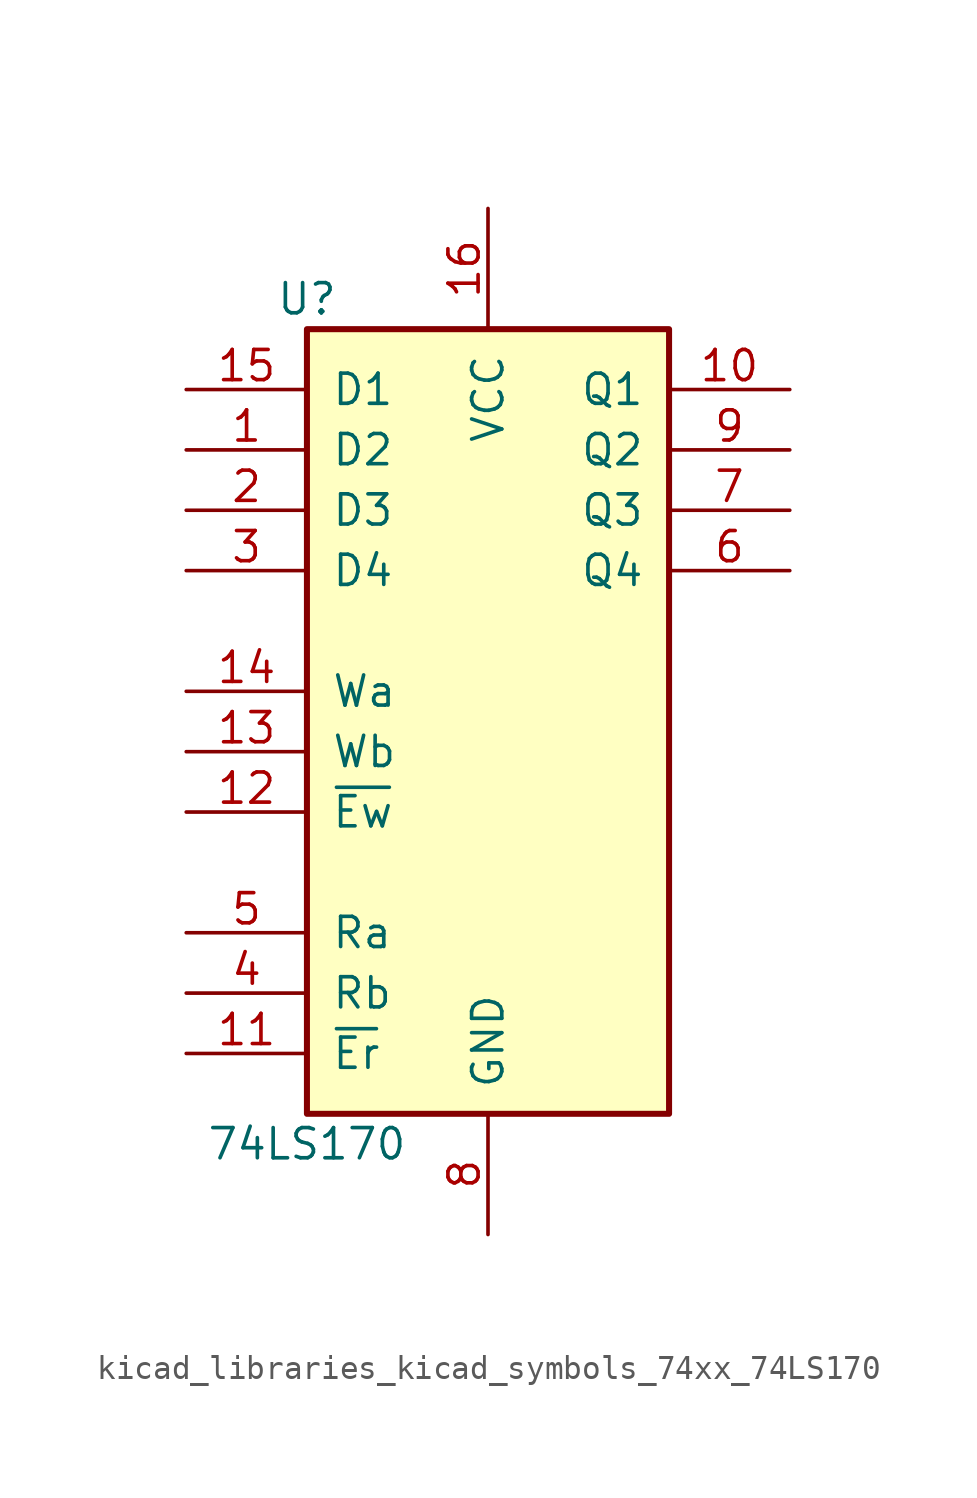
<source format=kicad_sym>
(kicad_symbol_lib
  (version 20220914)
  (generator kicad_symbol_editor)
  (symbol "kicad_libraries_kicad_symbols_74xx_74LS170"
    (pin_names
      (offset 1.016))
    (property "Reference" "U"
      (at -7.62 16.51 0)
      (effects (font (size 1.27 1.27))))
    (property "Value" "74LS170"
      (at -7.62 -19.05 0)
      (effects (font (size 1.27 1.27))))
    (property "ki_locked" ""
      (at 0 0 0)
      (effects (font (size 1.27 1.27))))
    (symbol "kicad_libraries_kicad_symbols_74xx_74LS170_1_0"
      (pin input line (at -12.7 10.16 0) (length 5.08) (name "D2" (effects (font (size 1.27 1.27)))) (number "1" (effects (font (size 1.27 1.27)))))
      (pin tri_state line (at 12.7 12.7 180) (length 5.08) (name "Q1" (effects (font (size 1.27 1.27)))) (number "10" (effects (font (size 1.27 1.27)))))
      (pin input line (at -12.7 -15.24 0) (length 5.08) (name "~{Er}" (effects (font (size 1.27 1.27)))) (number "11" (effects (font (size 1.27 1.27)))))
      (pin input line (at -12.7 -5.08 0) (length 5.08) (name "~{Ew}" (effects (font (size 1.27 1.27)))) (number "12" (effects (font (size 1.27 1.27)))))
      (pin input line (at -12.7 -2.54 0) (length 5.08) (name "Wb" (effects (font (size 1.27 1.27)))) (number "13" (effects (font (size 1.27 1.27)))))
      (pin input line (at -12.7 0 0) (length 5.08) (name "Wa" (effects (font (size 1.27 1.27)))) (number "14" (effects (font (size 1.27 1.27)))))
      (pin input line (at -12.7 12.7 0) (length 5.08) (name "D1" (effects (font (size 1.27 1.27)))) (number "15" (effects (font (size 1.27 1.27)))))
      (pin power_in line (at 0 20.32 270) (length 5.08) (name "VCC" (effects (font (size 1.27 1.27)))) (number "16" (effects (font (size 1.27 1.27)))))
      (pin input line (at -12.7 7.62 0) (length 5.08) (name "D3" (effects (font (size 1.27 1.27)))) (number "2" (effects (font (size 1.27 1.27)))))
      (pin input line (at -12.7 5.08 0) (length 5.08) (name "D4" (effects (font (size 1.27 1.27)))) (number "3" (effects (font (size 1.27 1.27)))))
      (pin input line (at -12.7 -12.7 0) (length 5.08) (name "Rb" (effects (font (size 1.27 1.27)))) (number "4" (effects (font (size 1.27 1.27)))))
      (pin input line (at -12.7 -10.16 0) (length 5.08) (name "Ra" (effects (font (size 1.27 1.27)))) (number "5" (effects (font (size 1.27 1.27)))))
      (pin tri_state line (at 12.7 5.08 180) (length 5.08) (name "Q4" (effects (font (size 1.27 1.27)))) (number "6" (effects (font (size 1.27 1.27)))))
      (pin tri_state line (at 12.7 7.62 180) (length 5.08) (name "Q3" (effects (font (size 1.27 1.27)))) (number "7" (effects (font (size 1.27 1.27)))))
      (pin power_in line (at 0 -22.86 90) (length 5.08) (name "GND" (effects (font (size 1.27 1.27)))) (number "8" (effects (font (size 1.27 1.27)))))
      (pin tri_state line (at 12.7 10.16 180) (length 5.08) (name "Q2" (effects (font (size 1.27 1.27)))) (number "9" (effects (font (size 1.27 1.27))))))
    (symbol "kicad_libraries_kicad_symbols_74xx_74LS170_1_1"
      (rectangle (start -7.62 15.24) (end 7.62 -17.78) (stroke (width 0.254) (type default)) (fill (type background))))))
</source>
